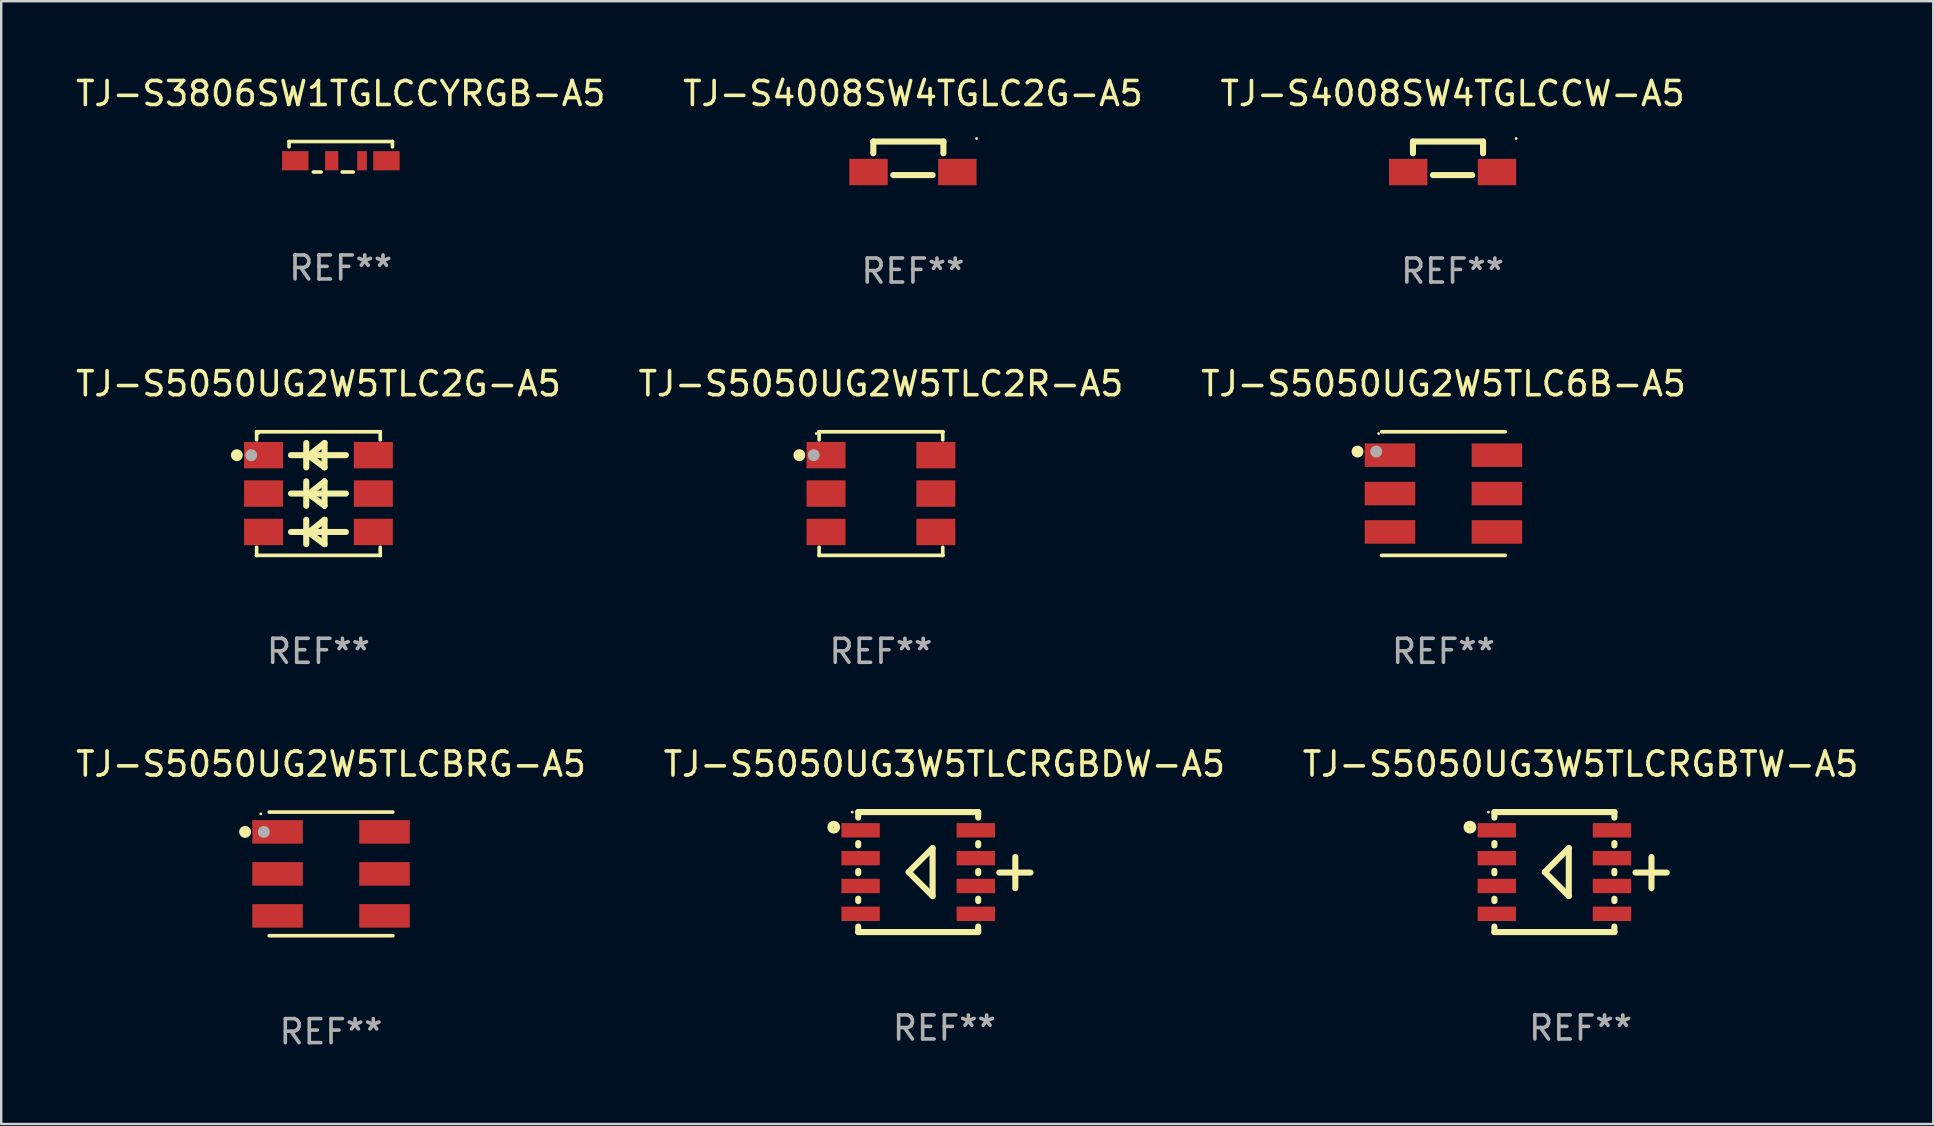
<source format=kicad_pcb>
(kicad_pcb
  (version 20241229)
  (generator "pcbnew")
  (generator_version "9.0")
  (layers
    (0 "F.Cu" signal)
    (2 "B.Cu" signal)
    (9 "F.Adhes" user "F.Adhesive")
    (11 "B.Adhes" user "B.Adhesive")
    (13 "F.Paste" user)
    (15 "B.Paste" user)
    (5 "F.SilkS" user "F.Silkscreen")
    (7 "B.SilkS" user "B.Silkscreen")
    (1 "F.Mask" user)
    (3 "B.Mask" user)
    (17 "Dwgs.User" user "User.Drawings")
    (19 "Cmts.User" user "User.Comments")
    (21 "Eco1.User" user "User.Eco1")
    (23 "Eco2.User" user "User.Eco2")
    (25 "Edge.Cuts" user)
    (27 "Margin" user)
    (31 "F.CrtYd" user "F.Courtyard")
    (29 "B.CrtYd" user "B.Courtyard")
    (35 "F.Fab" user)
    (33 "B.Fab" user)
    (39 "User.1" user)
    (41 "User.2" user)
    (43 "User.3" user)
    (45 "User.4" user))
  (footprint "TJ-S5050UG2W5TLC2R-A5"
    (layer "F.Cu")
    (at 33.661 17.518)
    (property "Reference" "TJ-S5050UG2W5TLC2R-A5" (at 0 -4.576 0) (layer "F.SilkS") (effects (font (size 1 1) (thickness 0.15))))
    (attr through_hole)
    (fp_line (start -2.576 -2.576) (end -2.576 -2.576) (stroke (width 0.152) (type solid)) (layer "F.SilkS"))
    (fp_line (start -2.576 -2.576) (end 2.576 -2.576) (stroke (width 0.152) (type solid)) (layer "F.SilkS"))
    (fp_line (start -2.576 -2.239) (end -2.576 -2.576) (stroke (width 0.152) (type solid)) (layer "F.SilkS"))
    (fp_line (start -2.576 2.239) (end -2.576 2.576) (stroke (width 0.152) (type solid)) (layer "F.SilkS"))
    (fp_line (start -2.576 2.576) (end -2.576 2.576) (stroke (width 0.152) (type solid)) (layer "F.SilkS"))
    (fp_line (start -2.576 2.576) (end 2.576 2.576) (stroke (width 0.152) (type solid)) (layer "F.SilkS"))
    (fp_line (start 2.576 -2.576) (end 2.576 -2.576) (stroke (width 0.152) (type solid)) (layer "F.SilkS"))
    (fp_line (start 2.576 -2.576) (end 2.576 -2.239) (stroke (width 0.152) (type solid)) (layer "F.SilkS"))
    (fp_line (start 2.576 2.576) (end 2.576 2.239) (stroke (width 0.152) (type solid)) (layer "F.SilkS"))
    (fp_line (start 2.576 2.576) (end 2.576 2.576) (stroke (width 0.152) (type solid)) (layer "F.SilkS"))
    (fp_circle (center -3.4 -1.6) (end -3.275 -1.6) (stroke (width 0.25) (type solid)) (fill no) (layer "F.SilkS"))
    (fp_circle (center -2.7 -2.5) (end -2.67 -2.5) (stroke (width 0.06) (type solid)) (fill no) (layer "F.SilkS"))
    (fp_circle (center -2.8 -1.6) (end -2.675 -1.6) (stroke (width 0.25) (type solid)) (fill no) (layer "F.Fab"))
    (fp_text user "REF**" (at 0 6.576 0) (layer "F.Fab") (effects (font (size 1 1) (thickness 0.15))))
    (pad "1" smd rect (at -2.288 -1.6) (size 1.625 1.1) (layers "F.Cu" "F.Mask" "F.Paste"))
    (pad "2" smd rect (at -2.288 0) (size 1.625 1.1) (layers "F.Cu" "F.Mask" "F.Paste"))
    (pad "3" smd rect (at -2.288 1.6) (size 1.625 1.1) (layers "F.Cu" "F.Mask" "F.Paste"))
    (pad "4" smd rect (at 2.288 1.6) (size 1.625 1.1) (layers "F.Cu" "F.Mask" "F.Paste"))
    (pad "5" smd rect (at 2.288 0) (size 1.625 1.1) (layers "F.Cu" "F.Mask" "F.Paste"))
    (pad "6" smd rect (at 2.288 -1.6) (size 1.625 1.1) (layers "F.Cu" "F.Mask" "F.Paste")))
  (footprint "TJ-S4008SW4TGLCCW-A5"
    (layer "F.Cu")
    (at 57.482 3.547)
    (property "Reference" "TJ-S4008SW4TGLCCW-A5" (at 0 -2.699 0) (layer "F.SilkS") (effects (font (size 1 1) (thickness 0.15))))
    (attr through_hole)
    (fp_line (start -1.651 -0.699) (end 1.27 -0.699) (stroke (width 0.254) (type solid)) (layer "F.SilkS"))
    (fp_line (start -1.651 -0.21) (end -1.651 -0.699) (stroke (width 0.254) (type solid)) (layer "F.SilkS"))
    (fp_line (start 0.819 0.699) (end -0.819 0.699) (stroke (width 0.254) (type solid)) (layer "F.SilkS"))
    (fp_line (start 1.27 -0.699) (end 1.27 -0.21) (stroke (width 0.254) (type solid)) (layer "F.SilkS"))
    (fp_circle (center 2.65 -0.826) (end 2.68 -0.826) (stroke (width 0.06) (type solid)) (fill no) (layer "F.SilkS"))
    (fp_text user "REF**" (at 0 4.699 0) (layer "F.Fab") (effects (font (size 1 1) (thickness 0.15))))
    (pad "1" smd rect (at 1.85 0.572) (size 1.6 1.1) (layers "F.Cu" "F.Mask" "F.Paste"))
    (pad "2" smd rect (at -1.85 0.572) (size 1.6 1.1) (layers "F.Cu" "F.Mask" "F.Paste")))
  (footprint "TJ-S5050UG2W5TLCBRG-A5"
    (layer "F.Cu")
    (at 10.744 33.367)
    (property "Reference" "TJ-S5050UG2W5TLCBRG-A5" (at 0 -4.576 0) (layer "F.SilkS") (effects (font (size 1 1) (thickness 0.15))))
    (attr through_hole)
    (fp_line (start -2.576 -2.576) (end 2.576 -2.576) (stroke (width 0.152) (type solid)) (layer "F.SilkS"))
    (fp_line (start -2.576 2.576) (end 2.576 2.576) (stroke (width 0.152) (type solid)) (layer "F.SilkS"))
    (fp_circle (center -3.58 -1.75) (end -3.455 -1.75) (stroke (width 0.25) (type solid)) (fill no) (layer "F.SilkS"))
    (fp_circle (center -2.928 -2.5) (end -2.898 -2.5) (stroke (width 0.06) (type solid)) (fill no) (layer "F.SilkS"))
    (fp_circle (center -2.8 -1.75) (end -2.675 -1.75) (stroke (width 0.25) (type solid)) (fill no) (layer "F.Fab"))
    (fp_text user "REF**" (at 0 6.576 0) (layer "F.Fab") (effects (font (size 1 1) (thickness 0.15))))
    (pad "1" smd rect (at -2.228 -1.75) (size 2.105 0.98) (layers "F.Cu" "F.Mask" "F.Paste"))
    (pad "2" smd rect (at -2.228 0.000127) (size 2.105 0.98) (layers "F.Cu" "F.Mask" "F.Paste"))
    (pad "3" smd rect (at -2.228 1.75) (size 2.105 0.98) (layers "F.Cu" "F.Mask" "F.Paste"))
    (pad "4" smd rect (at 2.228 1.75) (size 2.105 0.98) (layers "F.Cu" "F.Mask" "F.Paste"))
    (pad "5" smd rect (at 2.228 0.000127) (size 2.105 0.98) (layers "F.Cu" "F.Mask" "F.Paste"))
    (pad "6" smd rect (at 2.228 -1.75) (size 2.105 0.98) (layers "F.Cu" "F.Mask" "F.Paste")))
  (footprint "TJ-S5050UG3W5TLCRGBTW-A5"
    (layer "F.Cu")
    (at 62.815 33.291)
    (property "Reference" "TJ-S5050UG3W5TLCRGBTW-A5" (at 0 -4.5 0) (layer "F.SilkS") (effects (font (size 1 1) (thickness 0.15))))
    (attr through_hole)
    (fp_line (start -3.59 2.5) (end 1.41 2.5) (stroke (width 0.254) (type solid)) (layer "F.SilkS"))
    (fp_line (start -3.59 -2.5) (end -3.59 -2.271) (stroke (width 0.254) (type solid)) (layer "F.SilkS"))
    (fp_line (start -3.59 -2.5) (end 1.41 -2.5) (stroke (width 0.254) (type solid)) (layer "F.SilkS"))
    (fp_line (start -3.59 -1.209) (end -3.59 -1.111) (stroke (width 0.254) (type solid)) (layer "F.SilkS"))
    (fp_line (start -3.59 -0.049) (end -3.59 0.049) (stroke (width 0.254) (type solid)) (layer "F.SilkS"))
    (fp_line (start -3.59 1.111) (end -3.59 1.209) (stroke (width 0.254) (type solid)) (layer "F.SilkS"))
    (fp_line (start -3.59 2.271) (end -3.59 2.5) (stroke (width 0.254) (type solid)) (layer "F.SilkS"))
    (fp_line (start -1.49 0.000013) (end -0.49 1) (stroke (width 0.254) (type solid)) (layer "F.SilkS"))
    (fp_line (start -0.49 -1) (end -1.49 0.000013) (stroke (width 0.254) (type solid)) (layer "F.SilkS"))
    (fp_line (start -0.49 -1) (end -0.49 1) (stroke (width 0.254) (type solid)) (layer "F.SilkS"))
    (fp_line (start 1.41 -2.5) (end 1.41 -2.271) (stroke (width 0.254) (type solid)) (layer "F.SilkS"))
    (fp_line (start 1.41 -1.209) (end 1.41 -1.111) (stroke (width 0.254) (type solid)) (layer "F.SilkS"))
    (fp_line (start 1.41 -0.049) (end 1.41 0.049) (stroke (width 0.254) (type solid)) (layer "F.SilkS"))
    (fp_line (start 1.41 1.111) (end 1.41 1.209) (stroke (width 0.254) (type solid)) (layer "F.SilkS"))
    (fp_line (start 1.41 2.271) (end 1.41 2.5) (stroke (width 0.254) (type solid)) (layer "F.SilkS"))
    (fp_line (start 2.29 0.02) (end 3.59 0.02) (stroke (width 0.254) (type solid)) (layer "F.SilkS"))
    (fp_line (start 2.956 0.672) (end 2.956 -0.628) (stroke (width 0.254) (type solid)) (layer "F.SilkS"))
    (fp_circle (center -4.61 -1.87) (end -4.469 -1.87) (stroke (width 0.254) (type solid)) (fill no) (layer "F.SilkS"))
    (fp_circle (center -3.84 -2.5) (end -3.81 -2.5) (stroke (width 0.06) (type solid)) (fill no) (layer "F.SilkS"))
    (fp_text user "REF**" (at 0 6.5 0) (layer "F.Fab") (effects (font (size 1 1) (thickness 0.15))))
    (pad "1" smd rect (at -3.49 -1.74) (size 1.6 0.6) (layers "F.Cu" "F.Mask" "F.Paste"))
    (pad "2" smd rect (at -3.49 -0.58) (size 1.6 0.6) (layers "F.Cu" "F.Mask" "F.Paste"))
    (pad "3" smd rect (at -3.49 0.58) (size 1.6 0.6) (layers "F.Cu" "F.Mask" "F.Paste"))
    (pad "4" smd rect (at -3.49 1.74) (size 1.6 0.6) (layers "F.Cu" "F.Mask" "F.Paste"))
    (pad "5" smd rect (at 1.31 1.74) (size 1.6 0.6) (layers "F.Cu" "F.Mask" "F.Paste"))
    (pad "6" smd rect (at 1.31 0.58) (size 1.6 0.6) (layers "F.Cu" "F.Mask" "F.Paste"))
    (pad "7" smd rect (at 1.31 -0.58) (size 1.6 0.6) (layers "F.Cu" "F.Mask" "F.Paste"))
    (pad "8" smd rect (at 1.31 -1.74) (size 1.6 0.6) (layers "F.Cu" "F.Mask" "F.Paste")))
  (footprint "TJ-S4008SW4TGLC2G-A5"
    (layer "F.Cu")
    (at 34.994 3.547)
    (property "Reference" "TJ-S4008SW4TGLC2G-A5" (at 0 -2.699 0) (layer "F.SilkS") (effects (font (size 1 1) (thickness 0.15))))
    (attr through_hole)
    (fp_line (start -1.651 -0.699) (end 1.27 -0.699) (stroke (width 0.254) (type solid)) (layer "F.SilkS"))
    (fp_line (start -1.651 -0.21) (end -1.651 -0.699) (stroke (width 0.254) (type solid)) (layer "F.SilkS"))
    (fp_line (start 0.819 0.699) (end -0.819 0.699) (stroke (width 0.254) (type solid)) (layer "F.SilkS"))
    (fp_line (start 1.27 -0.699) (end 1.27 -0.21) (stroke (width 0.254) (type solid)) (layer "F.SilkS"))
    (fp_circle (center 2.65 -0.826) (end 2.68 -0.826) (stroke (width 0.06) (type solid)) (fill no) (layer "F.SilkS"))
    (fp_text user "REF**" (at 0 4.699 0) (layer "F.Fab") (effects (font (size 1 1) (thickness 0.15))))
    (pad "1" smd rect (at 1.85 0.572) (size 1.6 1.1) (layers "F.Cu" "F.Mask" "F.Paste"))
    (pad "2" smd rect (at -1.85 0.572) (size 1.6 1.1) (layers "F.Cu" "F.Mask" "F.Paste")))
  (footprint "TJ-S3806SW1TGLCCYRGB-A5"
    (layer "F.Cu")
    (at 11.149 3.483)
    (property "Reference" "TJ-S3806SW1TGLCCYRGB-A5" (at 0 -2.635 0) (layer "F.SilkS") (effects (font (size 1 1) (thickness 0.15))))
    (attr through_hole)
    (fp_line (start -2.155 -0.635) (end -2.155 -0.415) (stroke (width 0.152) (type solid)) (layer "F.SilkS"))
    (fp_line (start -1.139 0.635) (end -0.817 0.635) (stroke (width 0.152) (type solid)) (layer "F.SilkS"))
    (fp_line (start 0.064 0.635) (end 0.523 0.635) (stroke (width 0.152) (type solid)) (layer "F.SilkS"))
    (fp_line (start 2.155 -0.635) (end -2.155 -0.635) (stroke (width 0.152) (type solid)) (layer "F.SilkS"))
    (fp_line (start 2.155 -0.635) (end 2.155 -0.415) (stroke (width 0.152) (type solid)) (layer "F.SilkS"))
    (fp_circle (center 2.166 -0.541) (end 2.196 -0.541) (stroke (width 0.06) (type solid)) (fill no) (layer "F.SilkS"))
    (fp_text user "REF**" (at 0 4.635 0) (layer "F.Fab") (effects (font (size 1 1) (thickness 0.15))))
    (pad "1" smd rect (at 1.904 0.165 180) (size 1.1 0.8) (layers "F.Cu" "F.Mask" "F.Paste"))
    (pad "2" smd rect (at 0.888 0.165) (size 0.4 0.8) (layers "F.Cu" "F.Mask" "F.Paste"))
    (pad "3" smd rect (at -0.376 0.165) (size 0.55 0.8) (layers "F.Cu" "F.Mask" "F.Paste"))
    (pad "4" smd rect (at -1.895 0.165) (size 1.1 0.8) (layers "F.Cu" "F.Mask" "F.Paste")))
  (footprint "TJ-S5050UG2W5TLC2G-A5"
    (layer "F.Cu")
    (at 10.22 17.518)
    (property "Reference" "TJ-S5050UG2W5TLC2G-A5" (at 0 -4.576 0) (layer "F.SilkS") (effects (font (size 1 1) (thickness 0.15))))
    (attr through_hole)
    (fp_line (start -2.576 -2.576) (end -2.576 -2.576) (stroke (width 0.152) (type solid)) (layer "F.SilkS"))
    (fp_line (start -2.576 -2.576) (end 2.576 -2.576) (stroke (width 0.152) (type solid)) (layer "F.SilkS"))
    (fp_line (start -2.576 -2.239) (end -2.576 -2.576) (stroke (width 0.152) (type solid)) (layer "F.SilkS"))
    (fp_line (start -2.576 2.239) (end -2.576 2.576) (stroke (width 0.152) (type solid)) (layer "F.SilkS"))
    (fp_line (start -2.576 2.576) (end -2.576 2.576) (stroke (width 0.152) (type solid)) (layer "F.SilkS"))
    (fp_line (start -2.576 2.576) (end 2.576 2.576) (stroke (width 0.152) (type solid)) (layer "F.SilkS"))
    (fp_line (start -1.143 -1.6) (end 1.143 -1.6) (stroke (width 0.254) (type solid)) (layer "F.SilkS"))
    (fp_line (start -1.143 0) (end 1.143 0) (stroke (width 0.254) (type solid)) (layer "F.SilkS"))
    (fp_line (start -1.143 1.6) (end 1.143 1.6) (stroke (width 0.254) (type solid)) (layer "F.SilkS"))
    (fp_line (start -0.508 -2.108) (end -0.508 -1.092) (stroke (width 0.254) (type solid)) (layer "F.SilkS"))
    (fp_line (start -0.508 -0.508) (end -0.508 0.508) (stroke (width 0.254) (type solid)) (layer "F.SilkS"))
    (fp_line (start -0.508 1.092) (end -0.508 2.108) (stroke (width 0.254) (type solid)) (layer "F.SilkS"))
    (fp_line (start -0.493 -1.6) (end -0.381 -1.6) (stroke (width 0.254) (type solid)) (layer "F.SilkS"))
    (fp_line (start -0.493 0) (end -0.381 0) (stroke (width 0.254) (type solid)) (layer "F.SilkS"))
    (fp_line (start -0.493 1.6) (end -0.381 1.6) (stroke (width 0.254) (type solid)) (layer "F.SilkS"))
    (fp_line (start -0.381 -1.6) (end 0.254 -2.108) (stroke (width 0.254) (type solid)) (layer "F.SilkS"))
    (fp_line (start -0.381 0) (end 0.254 -0.508) (stroke (width 0.254) (type solid)) (layer "F.SilkS"))
    (fp_line (start -0.381 1.6) (end 0.254 1.092) (stroke (width 0.254) (type solid)) (layer "F.SilkS"))
    (fp_line (start 0.254 -2.108) (end 0.254 -1.092) (stroke (width 0.254) (type solid)) (layer "F.SilkS"))
    (fp_line (start 0.254 -1.092) (end -0.432 -1.6) (stroke (width 0.254) (type solid)) (layer "F.SilkS"))
    (fp_line (start 0.254 -0.508) (end 0.254 0.508) (stroke (width 0.254) (type solid)) (layer "F.SilkS"))
    (fp_line (start 0.254 0.508) (end -0.432 0) (stroke (width 0.254) (type solid)) (layer "F.SilkS"))
    (fp_line (start 0.254 1.092) (end 0.254 2.108) (stroke (width 0.254) (type solid)) (layer "F.SilkS"))
    (fp_line (start 0.254 2.108) (end -0.432 1.6) (stroke (width 0.254) (type solid)) (layer "F.SilkS"))
    (fp_line (start 2.576 -2.576) (end 2.576 -2.576) (stroke (width 0.152) (type solid)) (layer "F.SilkS"))
    (fp_line (start 2.576 -2.576) (end 2.576 -2.239) (stroke (width 0.152) (type solid)) (layer "F.SilkS"))
    (fp_line (start 2.576 2.576) (end 2.576 2.239) (stroke (width 0.152) (type solid)) (layer "F.SilkS"))
    (fp_line (start 2.576 2.576) (end 2.576 2.576) (stroke (width 0.152) (type solid)) (layer "F.SilkS"))
    (fp_circle (center -3.4 -1.6) (end -3.275 -1.6) (stroke (width 0.25) (type solid)) (fill no) (layer "F.SilkS"))
    (fp_circle (center -2.5 -2.5) (end -2.47 -2.5) (stroke (width 0.06) (type solid)) (fill no) (layer "F.SilkS"))
    (fp_circle (center -2.8 -1.6) (end -2.675 -1.6) (stroke (width 0.25) (type solid)) (fill no) (layer "F.Fab"))
    (fp_text user "REF**" (at 0 6.576 0) (layer "F.Fab") (effects (font (size 1 1) (thickness 0.15))))
    (pad "1" smd rect (at -2.288 -1.6) (size 1.625 1.1) (layers "F.Cu" "F.Mask" "F.Paste"))
    (pad "2" smd rect (at -2.288 0) (size 1.625 1.1) (layers "F.Cu" "F.Mask" "F.Paste"))
    (pad "3" smd rect (at -2.288 1.6) (size 1.625 1.1) (layers "F.Cu" "F.Mask" "F.Paste"))
    (pad "4" smd rect (at 2.288 1.6) (size 1.625 1.1) (layers "F.Cu" "F.Mask" "F.Paste"))
    (pad "5" smd rect (at 2.288 0) (size 1.625 1.1) (layers "F.Cu" "F.Mask" "F.Paste"))
    (pad "6" smd rect (at 2.288 -1.6) (size 1.625 1.1) (layers "F.Cu" "F.Mask" "F.Paste")))
  (footprint "TJ-S5050UG3W5TLCRGBDW-A5"
    (layer "F.Cu")
    (at 36.304 33.291)
    (property "Reference" "TJ-S5050UG3W5TLCRGBDW-A5" (at 0 -4.5 0) (layer "F.SilkS") (effects (font (size 1 1) (thickness 0.15))))
    (attr through_hole)
    (fp_line (start -3.59 2.5) (end 1.41 2.5) (stroke (width 0.254) (type solid)) (layer "F.SilkS"))
    (fp_line (start -3.59 -2.5) (end -3.59 -2.271) (stroke (width 0.254) (type solid)) (layer "F.SilkS"))
    (fp_line (start -3.59 -2.5) (end 1.41 -2.5) (stroke (width 0.254) (type solid)) (layer "F.SilkS"))
    (fp_line (start -3.59 -1.209) (end -3.59 -1.111) (stroke (width 0.254) (type solid)) (layer "F.SilkS"))
    (fp_line (start -3.59 -0.049) (end -3.59 0.049) (stroke (width 0.254) (type solid)) (layer "F.SilkS"))
    (fp_line (start -3.59 1.111) (end -3.59 1.209) (stroke (width 0.254) (type solid)) (layer "F.SilkS"))
    (fp_line (start -3.59 2.271) (end -3.59 2.5) (stroke (width 0.254) (type solid)) (layer "F.SilkS"))
    (fp_line (start -1.49 0.000013) (end -0.49 1) (stroke (width 0.254) (type solid)) (layer "F.SilkS"))
    (fp_line (start -0.49 -1) (end -1.49 0.000013) (stroke (width 0.254) (type solid)) (layer "F.SilkS"))
    (fp_line (start -0.49 -1) (end -0.49 1) (stroke (width 0.254) (type solid)) (layer "F.SilkS"))
    (fp_line (start 1.41 -2.5) (end 1.41 -2.271) (stroke (width 0.254) (type solid)) (layer "F.SilkS"))
    (fp_line (start 1.41 -1.209) (end 1.41 -1.111) (stroke (width 0.254) (type solid)) (layer "F.SilkS"))
    (fp_line (start 1.41 -0.049) (end 1.41 0.049) (stroke (width 0.254) (type solid)) (layer "F.SilkS"))
    (fp_line (start 1.41 1.111) (end 1.41 1.209) (stroke (width 0.254) (type solid)) (layer "F.SilkS"))
    (fp_line (start 1.41 2.271) (end 1.41 2.5) (stroke (width 0.254) (type solid)) (layer "F.SilkS"))
    (fp_line (start 2.29 0.02) (end 3.59 0.02) (stroke (width 0.254) (type solid)) (layer "F.SilkS"))
    (fp_line (start 2.956 0.672) (end 2.956 -0.628) (stroke (width 0.254) (type solid)) (layer "F.SilkS"))
    (fp_circle (center -4.61 -1.87) (end -4.469 -1.87) (stroke (width 0.254) (type solid)) (fill no) (layer "F.SilkS"))
    (fp_circle (center -3.84 -2.5) (end -3.81 -2.5) (stroke (width 0.06) (type solid)) (fill no) (layer "F.SilkS"))
    (fp_text user "REF**" (at 0 6.5 0) (layer "F.Fab") (effects (font (size 1 1) (thickness 0.15))))
    (pad "1" smd rect (at -3.49 -1.74) (size 1.6 0.6) (layers "F.Cu" "F.Mask" "F.Paste"))
    (pad "2" smd rect (at -3.49 -0.58) (size 1.6 0.6) (layers "F.Cu" "F.Mask" "F.Paste"))
    (pad "3" smd rect (at -3.49 0.58) (size 1.6 0.6) (layers "F.Cu" "F.Mask" "F.Paste"))
    (pad "4" smd rect (at -3.49 1.74) (size 1.6 0.6) (layers "F.Cu" "F.Mask" "F.Paste"))
    (pad "5" smd rect (at 1.31 1.74) (size 1.6 0.6) (layers "F.Cu" "F.Mask" "F.Paste"))
    (pad "6" smd rect (at 1.31 0.58) (size 1.6 0.6) (layers "F.Cu" "F.Mask" "F.Paste"))
    (pad "7" smd rect (at 1.31 -0.58) (size 1.6 0.6) (layers "F.Cu" "F.Mask" "F.Paste"))
    (pad "8" smd rect (at 1.31 -1.74) (size 1.6 0.6) (layers "F.Cu" "F.Mask" "F.Paste")))
  (footprint "TJ-S5050UG2W5TLC6B-A5"
    (layer "F.Cu")
    (at 57.101 17.518)
    (property "Reference" "TJ-S5050UG2W5TLC6B-A5" (at 0 -4.576 0) (layer "F.SilkS") (effects (font (size 1 1) (thickness 0.15))))
    (attr through_hole)
    (fp_line (start -2.576 -2.576) (end 2.576 -2.576) (stroke (width 0.152) (type solid)) (layer "F.SilkS"))
    (fp_line (start -2.576 2.576) (end 2.576 2.576) (stroke (width 0.152) (type solid)) (layer "F.SilkS"))
    (fp_circle (center -3.58 -1.75) (end -3.455 -1.75) (stroke (width 0.25) (type solid)) (fill no) (layer "F.SilkS"))
    (fp_circle (center -2.7 -2.5) (end -2.67 -2.5) (stroke (width 0.06) (type solid)) (fill no) (layer "F.SilkS"))
    (fp_circle (center -2.8 -1.75) (end -2.675 -1.75) (stroke (width 0.25) (type solid)) (fill no) (layer "F.Fab"))
    (fp_text user "REF**" (at 0 6.576 0) (layer "F.Fab") (effects (font (size 1 1) (thickness 0.15))))
    (pad "1" smd rect (at -2.228 -1.6) (size 2.105 0.98) (layers "F.Cu" "F.Mask" "F.Paste"))
    (pad "2" smd rect (at -2.228 0) (size 2.105 0.98) (layers "F.Cu" "F.Mask" "F.Paste"))
    (pad "3" smd rect (at -2.228 1.6) (size 2.105 0.98) (layers "F.Cu" "F.Mask" "F.Paste"))
    (pad "4" smd rect (at 2.228 1.6) (size 2.105 0.98) (layers "F.Cu" "F.Mask" "F.Paste"))
    (pad "5" smd rect (at 2.228 0) (size 2.105 0.98) (layers "F.Cu" "F.Mask" "F.Paste"))
    (pad "6" smd rect (at 2.228 -1.6) (size 2.105 0.98) (layers "F.Cu" "F.Mask" "F.Paste")))
  (gr_rect
    (start -3 -3)
    (end 77.512 43.791)
    (stroke (width 0.1) (type default))
    (fill no)
    (layer "Edge.Cuts")))
</source>
